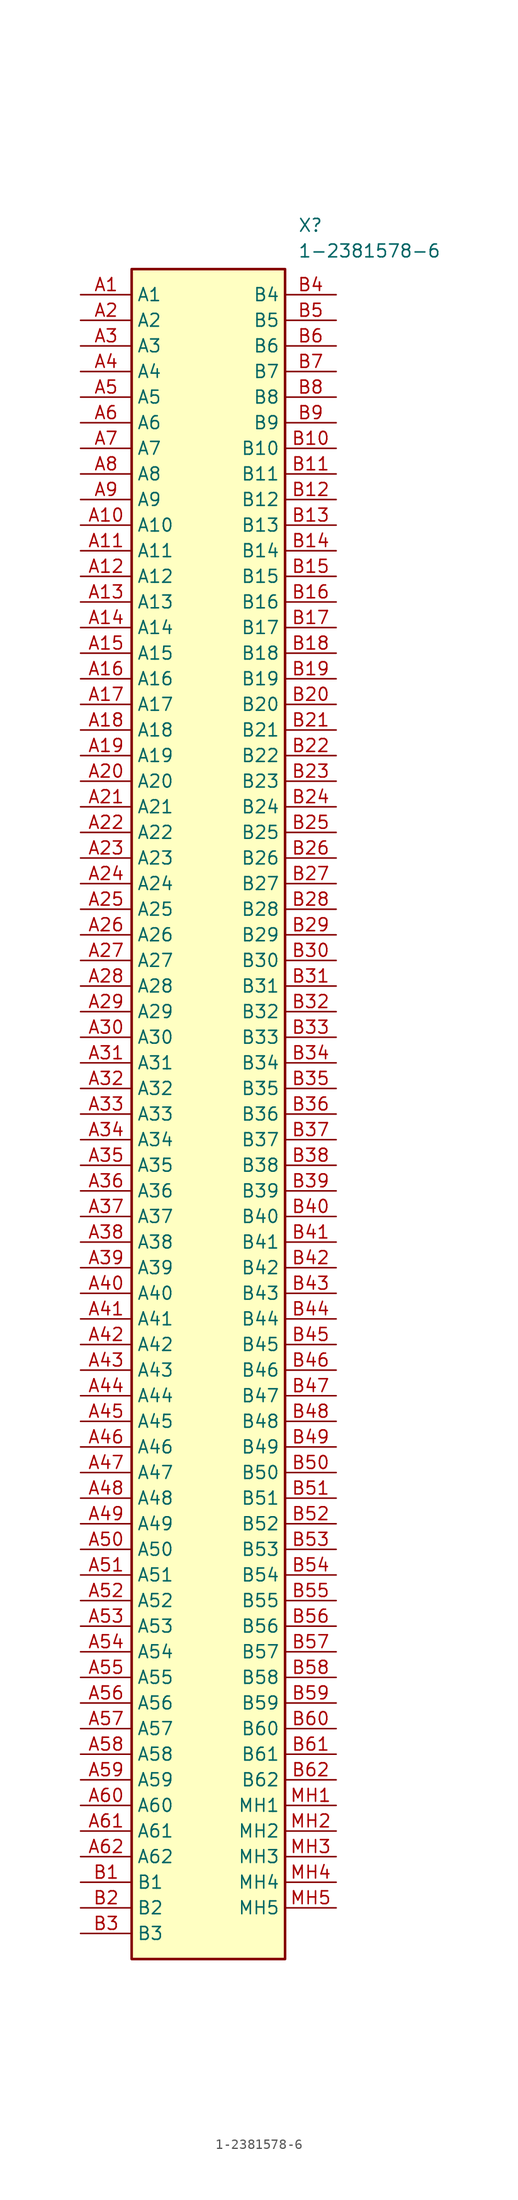
<source format=kicad_sym>
(kicad_symbol_lib
  (version 20241209)
  (generator "kicad_symbol_editor")
  (generator_version "9.0")
  (symbol "1-2381578-6"
    (property "Reference" "X"
      (at 21.59 7.62 0)
      (effects (font (size 1.27 1.27)) (justify left top)))
    (property "Value" "1-2381578-6"
      (at 21.59 5.08 0)
      (effects (font (size 1.27 1.27)) (justify left top)))
    (symbol "1-2381578-6_1_1"
      (rectangle (start 5.08 2.54) (end 20.32 -165.1) (stroke (width 0.254) (type default)) (fill (type background)))
      (pin passive line (at 0 0 0) (length 5.08) (name "A1" (effects (font (size 1.27 1.27)))) (number "A1" (effects (font (size 1.27 1.27)))))
      (pin passive line (at 0 -2.54 0) (length 5.08) (name "A2" (effects (font (size 1.27 1.27)))) (number "A2" (effects (font (size 1.27 1.27)))))
      (pin passive line (at 0 -5.08 0) (length 5.08) (name "A3" (effects (font (size 1.27 1.27)))) (number "A3" (effects (font (size 1.27 1.27)))))
      (pin passive line (at 0 -7.62 0) (length 5.08) (name "A4" (effects (font (size 1.27 1.27)))) (number "A4" (effects (font (size 1.27 1.27)))))
      (pin passive line (at 0 -10.16 0) (length 5.08) (name "A5" (effects (font (size 1.27 1.27)))) (number "A5" (effects (font (size 1.27 1.27)))))
      (pin passive line (at 0 -12.7 0) (length 5.08) (name "A6" (effects (font (size 1.27 1.27)))) (number "A6" (effects (font (size 1.27 1.27)))))
      (pin passive line (at 0 -15.24 0) (length 5.08) (name "A7" (effects (font (size 1.27 1.27)))) (number "A7" (effects (font (size 1.27 1.27)))))
      (pin passive line (at 0 -17.78 0) (length 5.08) (name "A8" (effects (font (size 1.27 1.27)))) (number "A8" (effects (font (size 1.27 1.27)))))
      (pin passive line (at 0 -20.32 0) (length 5.08) (name "A9" (effects (font (size 1.27 1.27)))) (number "A9" (effects (font (size 1.27 1.27)))))
      (pin passive line (at 0 -22.86 0) (length 5.08) (name "A10" (effects (font (size 1.27 1.27)))) (number "A10" (effects (font (size 1.27 1.27)))))
      (pin passive line (at 0 -25.4 0) (length 5.08) (name "A11" (effects (font (size 1.27 1.27)))) (number "A11" (effects (font (size 1.27 1.27)))))
      (pin passive line (at 0 -27.94 0) (length 5.08) (name "A12" (effects (font (size 1.27 1.27)))) (number "A12" (effects (font (size 1.27 1.27)))))
      (pin passive line (at 0 -30.48 0) (length 5.08) (name "A13" (effects (font (size 1.27 1.27)))) (number "A13" (effects (font (size 1.27 1.27)))))
      (pin passive line (at 0 -33.02 0) (length 5.08) (name "A14" (effects (font (size 1.27 1.27)))) (number "A14" (effects (font (size 1.27 1.27)))))
      (pin passive line (at 0 -35.56 0) (length 5.08) (name "A15" (effects (font (size 1.27 1.27)))) (number "A15" (effects (font (size 1.27 1.27)))))
      (pin passive line (at 0 -38.1 0) (length 5.08) (name "A16" (effects (font (size 1.27 1.27)))) (number "A16" (effects (font (size 1.27 1.27)))))
      (pin passive line (at 0 -40.64 0) (length 5.08) (name "A17" (effects (font (size 1.27 1.27)))) (number "A17" (effects (font (size 1.27 1.27)))))
      (pin passive line (at 0 -43.18 0) (length 5.08) (name "A18" (effects (font (size 1.27 1.27)))) (number "A18" (effects (font (size 1.27 1.27)))))
      (pin passive line (at 0 -45.72 0) (length 5.08) (name "A19" (effects (font (size 1.27 1.27)))) (number "A19" (effects (font (size 1.27 1.27)))))
      (pin passive line (at 0 -48.26 0) (length 5.08) (name "A20" (effects (font (size 1.27 1.27)))) (number "A20" (effects (font (size 1.27 1.27)))))
      (pin passive line (at 0 -50.8 0) (length 5.08) (name "A21" (effects (font (size 1.27 1.27)))) (number "A21" (effects (font (size 1.27 1.27)))))
      (pin passive line (at 0 -53.34 0) (length 5.08) (name "A22" (effects (font (size 1.27 1.27)))) (number "A22" (effects (font (size 1.27 1.27)))))
      (pin passive line (at 0 -55.88 0) (length 5.08) (name "A23" (effects (font (size 1.27 1.27)))) (number "A23" (effects (font (size 1.27 1.27)))))
      (pin passive line (at 0 -58.42 0) (length 5.08) (name "A24" (effects (font (size 1.27 1.27)))) (number "A24" (effects (font (size 1.27 1.27)))))
      (pin passive line (at 0 -60.96 0) (length 5.08) (name "A25" (effects (font (size 1.27 1.27)))) (number "A25" (effects (font (size 1.27 1.27)))))
      (pin passive line (at 0 -63.5 0) (length 5.08) (name "A26" (effects (font (size 1.27 1.27)))) (number "A26" (effects (font (size 1.27 1.27)))))
      (pin passive line (at 0 -66.04 0) (length 5.08) (name "A27" (effects (font (size 1.27 1.27)))) (number "A27" (effects (font (size 1.27 1.27)))))
      (pin passive line (at 0 -68.58 0) (length 5.08) (name "A28" (effects (font (size 1.27 1.27)))) (number "A28" (effects (font (size 1.27 1.27)))))
      (pin passive line (at 0 -71.12 0) (length 5.08) (name "A29" (effects (font (size 1.27 1.27)))) (number "A29" (effects (font (size 1.27 1.27)))))
      (pin passive line (at 0 -73.66 0) (length 5.08) (name "A30" (effects (font (size 1.27 1.27)))) (number "A30" (effects (font (size 1.27 1.27)))))
      (pin passive line (at 0 -76.2 0) (length 5.08) (name "A31" (effects (font (size 1.27 1.27)))) (number "A31" (effects (font (size 1.27 1.27)))))
      (pin passive line (at 0 -78.74 0) (length 5.08) (name "A32" (effects (font (size 1.27 1.27)))) (number "A32" (effects (font (size 1.27 1.27)))))
      (pin passive line (at 0 -81.28 0) (length 5.08) (name "A33" (effects (font (size 1.27 1.27)))) (number "A33" (effects (font (size 1.27 1.27)))))
      (pin passive line (at 0 -83.82 0) (length 5.08) (name "A34" (effects (font (size 1.27 1.27)))) (number "A34" (effects (font (size 1.27 1.27)))))
      (pin passive line (at 0 -86.36 0) (length 5.08) (name "A35" (effects (font (size 1.27 1.27)))) (number "A35" (effects (font (size 1.27 1.27)))))
      (pin passive line (at 0 -88.9 0) (length 5.08) (name "A36" (effects (font (size 1.27 1.27)))) (number "A36" (effects (font (size 1.27 1.27)))))
      (pin passive line (at 0 -91.44 0) (length 5.08) (name "A37" (effects (font (size 1.27 1.27)))) (number "A37" (effects (font (size 1.27 1.27)))))
      (pin passive line (at 0 -93.98 0) (length 5.08) (name "A38" (effects (font (size 1.27 1.27)))) (number "A38" (effects (font (size 1.27 1.27)))))
      (pin passive line (at 0 -96.52 0) (length 5.08) (name "A39" (effects (font (size 1.27 1.27)))) (number "A39" (effects (font (size 1.27 1.27)))))
      (pin passive line (at 0 -99.06 0) (length 5.08) (name "A40" (effects (font (size 1.27 1.27)))) (number "A40" (effects (font (size 1.27 1.27)))))
      (pin passive line (at 0 -101.6 0) (length 5.08) (name "A41" (effects (font (size 1.27 1.27)))) (number "A41" (effects (font (size 1.27 1.27)))))
      (pin passive line (at 0 -104.14 0) (length 5.08) (name "A42" (effects (font (size 1.27 1.27)))) (number "A42" (effects (font (size 1.27 1.27)))))
      (pin passive line (at 0 -106.68 0) (length 5.08) (name "A43" (effects (font (size 1.27 1.27)))) (number "A43" (effects (font (size 1.27 1.27)))))
      (pin passive line (at 0 -109.22 0) (length 5.08) (name "A44" (effects (font (size 1.27 1.27)))) (number "A44" (effects (font (size 1.27 1.27)))))
      (pin passive line (at 0 -111.76 0) (length 5.08) (name "A45" (effects (font (size 1.27 1.27)))) (number "A45" (effects (font (size 1.27 1.27)))))
      (pin passive line (at 0 -114.3 0) (length 5.08) (name "A46" (effects (font (size 1.27 1.27)))) (number "A46" (effects (font (size 1.27 1.27)))))
      (pin passive line (at 0 -116.84 0) (length 5.08) (name "A47" (effects (font (size 1.27 1.27)))) (number "A47" (effects (font (size 1.27 1.27)))))
      (pin passive line (at 0 -119.38 0) (length 5.08) (name "A48" (effects (font (size 1.27 1.27)))) (number "A48" (effects (font (size 1.27 1.27)))))
      (pin passive line (at 0 -121.92 0) (length 5.08) (name "A49" (effects (font (size 1.27 1.27)))) (number "A49" (effects (font (size 1.27 1.27)))))
      (pin passive line (at 0 -124.46 0) (length 5.08) (name "A50" (effects (font (size 1.27 1.27)))) (number "A50" (effects (font (size 1.27 1.27)))))
      (pin passive line (at 0 -127 0) (length 5.08) (name "A51" (effects (font (size 1.27 1.27)))) (number "A51" (effects (font (size 1.27 1.27)))))
      (pin passive line (at 0 -129.54 0) (length 5.08) (name "A52" (effects (font (size 1.27 1.27)))) (number "A52" (effects (font (size 1.27 1.27)))))
      (pin passive line (at 0 -132.08 0) (length 5.08) (name "A53" (effects (font (size 1.27 1.27)))) (number "A53" (effects (font (size 1.27 1.27)))))
      (pin passive line (at 0 -134.62 0) (length 5.08) (name "A54" (effects (font (size 1.27 1.27)))) (number "A54" (effects (font (size 1.27 1.27)))))
      (pin passive line (at 0 -137.16 0) (length 5.08) (name "A55" (effects (font (size 1.27 1.27)))) (number "A55" (effects (font (size 1.27 1.27)))))
      (pin passive line (at 0 -139.7 0) (length 5.08) (name "A56" (effects (font (size 1.27 1.27)))) (number "A56" (effects (font (size 1.27 1.27)))))
      (pin passive line (at 0 -142.24 0) (length 5.08) (name "A57" (effects (font (size 1.27 1.27)))) (number "A57" (effects (font (size 1.27 1.27)))))
      (pin passive line (at 0 -144.78 0) (length 5.08) (name "A58" (effects (font (size 1.27 1.27)))) (number "A58" (effects (font (size 1.27 1.27)))))
      (pin passive line (at 0 -147.32 0) (length 5.08) (name "A59" (effects (font (size 1.27 1.27)))) (number "A59" (effects (font (size 1.27 1.27)))))
      (pin passive line (at 0 -149.86 0) (length 5.08) (name "A60" (effects (font (size 1.27 1.27)))) (number "A60" (effects (font (size 1.27 1.27)))))
      (pin passive line (at 0 -152.4 0) (length 5.08) (name "A61" (effects (font (size 1.27 1.27)))) (number "A61" (effects (font (size 1.27 1.27)))))
      (pin passive line (at 0 -154.94 0) (length 5.08) (name "A62" (effects (font (size 1.27 1.27)))) (number "A62" (effects (font (size 1.27 1.27)))))
      (pin passive line (at 0 -157.48 0) (length 5.08) (name "B1" (effects (font (size 1.27 1.27)))) (number "B1" (effects (font (size 1.27 1.27)))))
      (pin passive line (at 0 -160.02 0) (length 5.08) (name "B2" (effects (font (size 1.27 1.27)))) (number "B2" (effects (font (size 1.27 1.27)))))
      (pin passive line (at 0 -162.56 0) (length 5.08) (name "B3" (effects (font (size 1.27 1.27)))) (number "B3" (effects (font (size 1.27 1.27)))))
      (pin passive line (at 25.4 0 180) (length 5.08) (name "B4" (effects (font (size 1.27 1.27)))) (number "B4" (effects (font (size 1.27 1.27)))))
      (pin passive line (at 25.4 -2.54 180) (length 5.08) (name "B5" (effects (font (size 1.27 1.27)))) (number "B5" (effects (font (size 1.27 1.27)))))
      (pin passive line (at 25.4 -5.08 180) (length 5.08) (name "B6" (effects (font (size 1.27 1.27)))) (number "B6" (effects (font (size 1.27 1.27)))))
      (pin passive line (at 25.4 -7.62 180) (length 5.08) (name "B7" (effects (font (size 1.27 1.27)))) (number "B7" (effects (font (size 1.27 1.27)))))
      (pin passive line (at 25.4 -10.16 180) (length 5.08) (name "B8" (effects (font (size 1.27 1.27)))) (number "B8" (effects (font (size 1.27 1.27)))))
      (pin passive line (at 25.4 -12.7 180) (length 5.08) (name "B9" (effects (font (size 1.27 1.27)))) (number "B9" (effects (font (size 1.27 1.27)))))
      (pin passive line (at 25.4 -15.24 180) (length 5.08) (name "B10" (effects (font (size 1.27 1.27)))) (number "B10" (effects (font (size 1.27 1.27)))))
      (pin passive line (at 25.4 -17.78 180) (length 5.08) (name "B11" (effects (font (size 1.27 1.27)))) (number "B11" (effects (font (size 1.27 1.27)))))
      (pin passive line (at 25.4 -20.32 180) (length 5.08) (name "B12" (effects (font (size 1.27 1.27)))) (number "B12" (effects (font (size 1.27 1.27)))))
      (pin passive line (at 25.4 -22.86 180) (length 5.08) (name "B13" (effects (font (size 1.27 1.27)))) (number "B13" (effects (font (size 1.27 1.27)))))
      (pin passive line (at 25.4 -25.4 180) (length 5.08) (name "B14" (effects (font (size 1.27 1.27)))) (number "B14" (effects (font (size 1.27 1.27)))))
      (pin passive line (at 25.4 -27.94 180) (length 5.08) (name "B15" (effects (font (size 1.27 1.27)))) (number "B15" (effects (font (size 1.27 1.27)))))
      (pin passive line (at 25.4 -30.48 180) (length 5.08) (name "B16" (effects (font (size 1.27 1.27)))) (number "B16" (effects (font (size 1.27 1.27)))))
      (pin passive line (at 25.4 -33.02 180) (length 5.08) (name "B17" (effects (font (size 1.27 1.27)))) (number "B17" (effects (font (size 1.27 1.27)))))
      (pin passive line (at 25.4 -35.56 180) (length 5.08) (name "B18" (effects (font (size 1.27 1.27)))) (number "B18" (effects (font (size 1.27 1.27)))))
      (pin passive line (at 25.4 -38.1 180) (length 5.08) (name "B19" (effects (font (size 1.27 1.27)))) (number "B19" (effects (font (size 1.27 1.27)))))
      (pin passive line (at 25.4 -40.64 180) (length 5.08) (name "B20" (effects (font (size 1.27 1.27)))) (number "B20" (effects (font (size 1.27 1.27)))))
      (pin passive line (at 25.4 -43.18 180) (length 5.08) (name "B21" (effects (font (size 1.27 1.27)))) (number "B21" (effects (font (size 1.27 1.27)))))
      (pin passive line (at 25.4 -45.72 180) (length 5.08) (name "B22" (effects (font (size 1.27 1.27)))) (number "B22" (effects (font (size 1.27 1.27)))))
      (pin passive line (at 25.4 -48.26 180) (length 5.08) (name "B23" (effects (font (size 1.27 1.27)))) (number "B23" (effects (font (size 1.27 1.27)))))
      (pin passive line (at 25.4 -50.8 180) (length 5.08) (name "B24" (effects (font (size 1.27 1.27)))) (number "B24" (effects (font (size 1.27 1.27)))))
      (pin passive line (at 25.4 -53.34 180) (length 5.08) (name "B25" (effects (font (size 1.27 1.27)))) (number "B25" (effects (font (size 1.27 1.27)))))
      (pin passive line (at 25.4 -55.88 180) (length 5.08) (name "B26" (effects (font (size 1.27 1.27)))) (number "B26" (effects (font (size 1.27 1.27)))))
      (pin passive line (at 25.4 -58.42 180) (length 5.08) (name "B27" (effects (font (size 1.27 1.27)))) (number "B27" (effects (font (size 1.27 1.27)))))
      (pin passive line (at 25.4 -60.96 180) (length 5.08) (name "B28" (effects (font (size 1.27 1.27)))) (number "B28" (effects (font (size 1.27 1.27)))))
      (pin passive line (at 25.4 -63.5 180) (length 5.08) (name "B29" (effects (font (size 1.27 1.27)))) (number "B29" (effects (font (size 1.27 1.27)))))
      (pin passive line (at 25.4 -66.04 180) (length 5.08) (name "B30" (effects (font (size 1.27 1.27)))) (number "B30" (effects (font (size 1.27 1.27)))))
      (pin passive line (at 25.4 -68.58 180) (length 5.08) (name "B31" (effects (font (size 1.27 1.27)))) (number "B31" (effects (font (size 1.27 1.27)))))
      (pin passive line (at 25.4 -71.12 180) (length 5.08) (name "B32" (effects (font (size 1.27 1.27)))) (number "B32" (effects (font (size 1.27 1.27)))))
      (pin passive line (at 25.4 -73.66 180) (length 5.08) (name "B33" (effects (font (size 1.27 1.27)))) (number "B33" (effects (font (size 1.27 1.27)))))
      (pin passive line (at 25.4 -76.2 180) (length 5.08) (name "B34" (effects (font (size 1.27 1.27)))) (number "B34" (effects (font (size 1.27 1.27)))))
      (pin passive line (at 25.4 -78.74 180) (length 5.08) (name "B35" (effects (font (size 1.27 1.27)))) (number "B35" (effects (font (size 1.27 1.27)))))
      (pin passive line (at 25.4 -81.28 180) (length 5.08) (name "B36" (effects (font (size 1.27 1.27)))) (number "B36" (effects (font (size 1.27 1.27)))))
      (pin passive line (at 25.4 -83.82 180) (length 5.08) (name "B37" (effects (font (size 1.27 1.27)))) (number "B37" (effects (font (size 1.27 1.27)))))
      (pin passive line (at 25.4 -86.36 180) (length 5.08) (name "B38" (effects (font (size 1.27 1.27)))) (number "B38" (effects (font (size 1.27 1.27)))))
      (pin passive line (at 25.4 -88.9 180) (length 5.08) (name "B39" (effects (font (size 1.27 1.27)))) (number "B39" (effects (font (size 1.27 1.27)))))
      (pin passive line (at 25.4 -91.44 180) (length 5.08) (name "B40" (effects (font (size 1.27 1.27)))) (number "B40" (effects (font (size 1.27 1.27)))))
      (pin passive line (at 25.4 -93.98 180) (length 5.08) (name "B41" (effects (font (size 1.27 1.27)))) (number "B41" (effects (font (size 1.27 1.27)))))
      (pin passive line (at 25.4 -96.52 180) (length 5.08) (name "B42" (effects (font (size 1.27 1.27)))) (number "B42" (effects (font (size 1.27 1.27)))))
      (pin passive line (at 25.4 -99.06 180) (length 5.08) (name "B43" (effects (font (size 1.27 1.27)))) (number "B43" (effects (font (size 1.27 1.27)))))
      (pin passive line (at 25.4 -101.6 180) (length 5.08) (name "B44" (effects (font (size 1.27 1.27)))) (number "B44" (effects (font (size 1.27 1.27)))))
      (pin passive line (at 25.4 -104.14 180) (length 5.08) (name "B45" (effects (font (size 1.27 1.27)))) (number "B45" (effects (font (size 1.27 1.27)))))
      (pin passive line (at 25.4 -106.68 180) (length 5.08) (name "B46" (effects (font (size 1.27 1.27)))) (number "B46" (effects (font (size 1.27 1.27)))))
      (pin passive line (at 25.4 -109.22 180) (length 5.08) (name "B47" (effects (font (size 1.27 1.27)))) (number "B47" (effects (font (size 1.27 1.27)))))
      (pin passive line (at 25.4 -111.76 180) (length 5.08) (name "B48" (effects (font (size 1.27 1.27)))) (number "B48" (effects (font (size 1.27 1.27)))))
      (pin passive line (at 25.4 -114.3 180) (length 5.08) (name "B49" (effects (font (size 1.27 1.27)))) (number "B49" (effects (font (size 1.27 1.27)))))
      (pin passive line (at 25.4 -116.84 180) (length 5.08) (name "B50" (effects (font (size 1.27 1.27)))) (number "B50" (effects (font (size 1.27 1.27)))))
      (pin passive line (at 25.4 -119.38 180) (length 5.08) (name "B51" (effects (font (size 1.27 1.27)))) (number "B51" (effects (font (size 1.27 1.27)))))
      (pin passive line (at 25.4 -121.92 180) (length 5.08) (name "B52" (effects (font (size 1.27 1.27)))) (number "B52" (effects (font (size 1.27 1.27)))))
      (pin passive line (at 25.4 -124.46 180) (length 5.08) (name "B53" (effects (font (size 1.27 1.27)))) (number "B53" (effects (font (size 1.27 1.27)))))
      (pin passive line (at 25.4 -127 180) (length 5.08) (name "B54" (effects (font (size 1.27 1.27)))) (number "B54" (effects (font (size 1.27 1.27)))))
      (pin passive line (at 25.4 -129.54 180) (length 5.08) (name "B55" (effects (font (size 1.27 1.27)))) (number "B55" (effects (font (size 1.27 1.27)))))
      (pin passive line (at 25.4 -132.08 180) (length 5.08) (name "B56" (effects (font (size 1.27 1.27)))) (number "B56" (effects (font (size 1.27 1.27)))))
      (pin passive line (at 25.4 -134.62 180) (length 5.08) (name "B57" (effects (font (size 1.27 1.27)))) (number "B57" (effects (font (size 1.27 1.27)))))
      (pin passive line (at 25.4 -137.16 180) (length 5.08) (name "B58" (effects (font (size 1.27 1.27)))) (number "B58" (effects (font (size 1.27 1.27)))))
      (pin passive line (at 25.4 -139.7 180) (length 5.08) (name "B59" (effects (font (size 1.27 1.27)))) (number "B59" (effects (font (size 1.27 1.27)))))
      (pin passive line (at 25.4 -142.24 180) (length 5.08) (name "B60" (effects (font (size 1.27 1.27)))) (number "B60" (effects (font (size 1.27 1.27)))))
      (pin passive line (at 25.4 -144.78 180) (length 5.08) (name "B61" (effects (font (size 1.27 1.27)))) (number "B61" (effects (font (size 1.27 1.27)))))
      (pin passive line (at 25.4 -147.32 180) (length 5.08) (name "B62" (effects (font (size 1.27 1.27)))) (number "B62" (effects (font (size 1.27 1.27)))))
      (pin passive line (at 25.4 -149.86 180) (length 5.08) (name "MH1" (effects (font (size 1.27 1.27)))) (number "MH1" (effects (font (size 1.27 1.27)))))
      (pin passive line (at 25.4 -152.4 180) (length 5.08) (name "MH2" (effects (font (size 1.27 1.27)))) (number "MH2" (effects (font (size 1.27 1.27)))))
      (pin passive line (at 25.4 -154.94 180) (length 5.08) (name "MH3" (effects (font (size 1.27 1.27)))) (number "MH3" (effects (font (size 1.27 1.27)))))
      (pin passive line (at 25.4 -157.48 180) (length 5.08) (name "MH4" (effects (font (size 1.27 1.27)))) (number "MH4" (effects (font (size 1.27 1.27)))))
      (pin passive line (at 25.4 -160.02 180) (length 5.08) (name "MH5" (effects (font (size 1.27 1.27)))) (number "MH5" (effects (font (size 1.27 1.27))))))))
</source>
